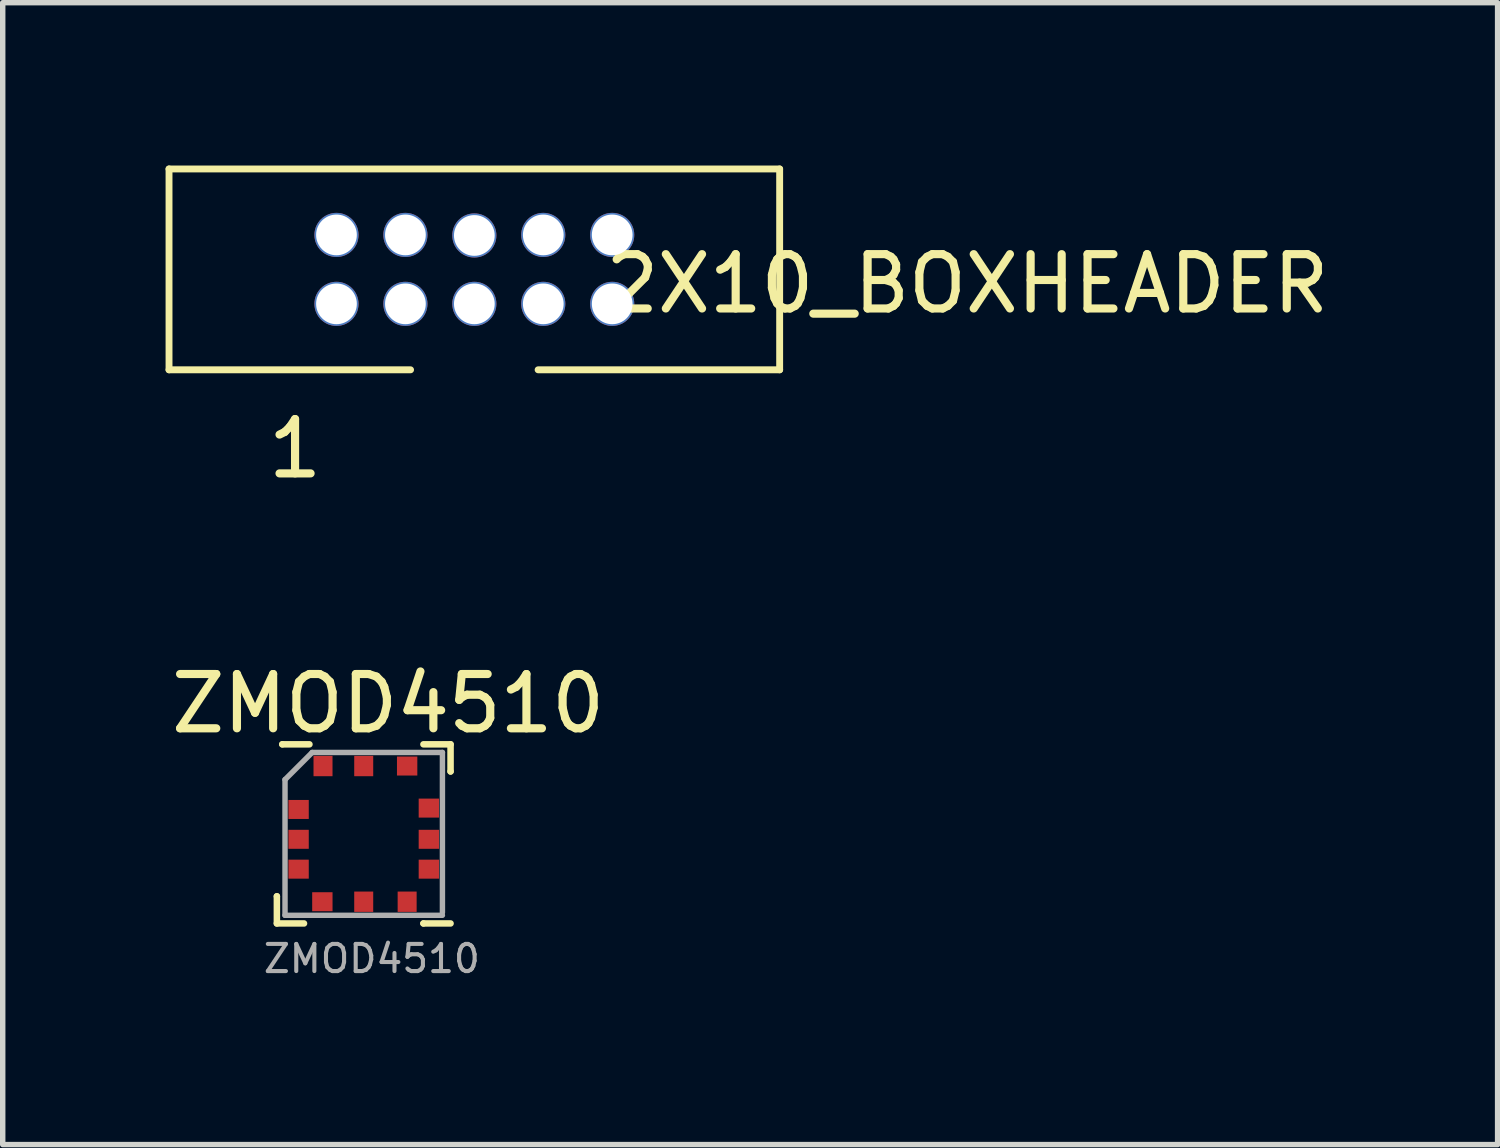
<source format=kicad_pcb>
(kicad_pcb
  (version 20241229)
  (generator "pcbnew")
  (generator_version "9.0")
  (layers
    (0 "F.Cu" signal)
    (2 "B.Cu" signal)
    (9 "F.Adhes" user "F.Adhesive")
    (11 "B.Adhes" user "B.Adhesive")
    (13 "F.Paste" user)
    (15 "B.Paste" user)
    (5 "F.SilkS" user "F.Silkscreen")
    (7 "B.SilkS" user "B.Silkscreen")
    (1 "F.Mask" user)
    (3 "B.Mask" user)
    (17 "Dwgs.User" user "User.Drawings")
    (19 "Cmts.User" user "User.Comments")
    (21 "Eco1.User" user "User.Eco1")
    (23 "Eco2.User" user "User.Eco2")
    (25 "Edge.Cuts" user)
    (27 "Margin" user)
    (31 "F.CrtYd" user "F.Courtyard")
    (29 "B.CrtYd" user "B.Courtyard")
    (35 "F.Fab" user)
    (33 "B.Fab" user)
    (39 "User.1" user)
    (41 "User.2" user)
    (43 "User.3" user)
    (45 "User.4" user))
  (footprint "ZMOD4510"
    (layer "F.Cu")
    (at 3.651 12.413)
    (property "Reference" "ZMOD4510" (at 0.45 -2.5 0) (layer "F.SilkS") (effects (font (size 1 1) (thickness 0.15))))
    (attr smd)
    (fp_line (start -1.6 1.05) (end -1.6 1.05) (stroke (width 0.12) (type solid)) (layer "F.SilkS"))
    (fp_line (start -1.6 1.55) (end -1.6 1.05) (stroke (width 0.12) (type solid)) (layer "F.SilkS"))
    (fp_line (start -1.5 -1.75) (end -1.5 -1.75) (stroke (width 0.12) (type solid)) (layer "F.SilkS"))
    (fp_line (start -1.1 1.55) (end -1.6 1.55) (stroke (width 0.12) (type solid)) (layer "F.SilkS"))
    (fp_line (start -1 -1.75) (end -1.5 -1.75) (stroke (width 0.12) (type solid)) (layer "F.SilkS"))
    (fp_line (start 1.1 -1.75) (end 1.6 -1.75) (stroke (width 0.12) (type solid)) (layer "F.SilkS"))
    (fp_line (start 1.1 1.55) (end 1.1 1.55) (stroke (width 0.12) (type solid)) (layer "F.SilkS"))
    (fp_line (start 1.6 -1.75) (end 1.6 -1.25) (stroke (width 0.12) (type solid)) (layer "F.SilkS"))
    (fp_line (start 1.6 -1.25) (end 1.6 -1.25) (stroke (width 0.12) (type solid)) (layer "F.SilkS"))
    (fp_line (start 1.6 1.55) (end 1.1 1.55) (stroke (width 0.12) (type solid)) (layer "F.SilkS"))
    (fp_line (start -1.45 -1.1) (end -0.95 -1.6) (stroke (width 0.1) (type solid)) (layer "F.Fab"))
    (fp_line (start -1.45 1.4) (end -1.45 -1.1) (stroke (width 0.1) (type solid)) (layer "F.Fab"))
    (fp_line (start -0.95 -1.6) (end 1.45 -1.6) (stroke (width 0.1) (type solid)) (layer "F.Fab"))
    (fp_line (start 1.45 -1.6) (end 1.45 1.35) (stroke (width 0.1) (type solid)) (layer "F.Fab"))
    (fp_line (start 1.45 1.4) (end -1.45 1.4) (stroke (width 0.1) (type solid)) (layer "F.Fab"))
    (fp_text user "ZMOD4510" (at 0.15 2.2 0) (layer "F.Fab") (effects (font (size 0.5 0.5) (thickness 0.075))))
    (pad "1" smd rect (at -1.2 -0.55) (size 0.375 0.35) (layers "F.Cu" "F.Mask" "F.Paste"))
    (pad "2" smd rect (at -1.2 0) (size 0.375 0.35) (layers "F.Cu" "F.Mask" "F.Paste"))
    (pad "3" smd rect (at -1.2 0.55) (size 0.375 0.35) (layers "F.Cu" "F.Mask" "F.Paste"))
    (pad "4" smd rect (at -0.762 1.15) (size 0.375 0.35) (layers "F.Cu" "F.Mask" "F.Paste"))
    (pad "5" smd rect (at 0 1.15 90) (size 0.375 0.35) (layers "F.Cu" "F.Mask" "F.Paste"))
    (pad "6" smd rect (at 0.8 1.15 90) (size 0.375 0.35) (layers "F.Cu" "F.Mask" "F.Paste"))
    (pad "7" smd rect (at 1.2 0.55) (size 0.375 0.35) (layers "F.Cu" "F.Mask" "F.Paste"))
    (pad "8" smd rect (at 1.2 0) (size 0.375 0.35) (layers "F.Cu" "F.Mask" "F.Paste"))
    (pad "9" smd rect (at 1.2 -0.575) (size 0.375 0.35) (layers "F.Cu" "F.Mask" "F.Paste"))
    (pad "10" smd rect (at 0.8 -1.35) (size 0.375 0.35) (layers "F.Cu" "F.Mask" "F.Paste"))
    (pad "11" smd rect (at 0 -1.35 90) (size 0.375 0.35) (layers "F.Cu" "F.Mask" "F.Paste"))
    (pad "12" smd rect (at -0.75 -1.35 90) (size 0.375 0.35) (layers "F.Cu" "F.Mask" "F.Paste")))
  (footprint "2X10_BOXHEADER"
    (layer "F.Cu")
    (at 5.689 1.913)
    (property "Reference" "2X10_BOXHEADER" (at 9.081 0.265 0) (layer "F.SilkS") (effects (font (size 1.001 1.001) (thickness 0.15))))
    (attr through_hole)
    (fp_line (start -5.625 -1.85) (end -5.625 1.85) (stroke (width 0.127) (type solid)) (layer "F.SilkS"))
    (fp_line (start -5.625 1.85) (end -1.175 1.85) (stroke (width 0.127) (type solid)) (layer "F.SilkS"))
    (fp_line (start 5.625 -1.85) (end -5.625 -1.85) (stroke (width 0.127) (type solid)) (layer "F.SilkS"))
    (fp_line (start 5.625 -1.85) (end 5.625 1.85) (stroke (width 0.127) (type solid)) (layer "F.SilkS"))
    (fp_line (start 5.625 1.85) (end 1.175 1.85) (stroke (width 0.127) (type solid)) (layer "F.SilkS"))
    (fp_text user "1" (at -3.303 3.303 0) (layer "F.SilkS") (effects (font (size 1.001 1.001) (thickness 0.15))))
    (pad "1" thru_hole circle (at -2.54 0.635) (size 0.813 0.813) (drill 0.75) (layers "*.Cu" "*.Mask"))
    (pad "2" thru_hole circle (at -2.54 -0.635) (size 0.813 0.813) (drill 0.75) (layers "*.Cu" "*.Mask"))
    (pad "3" thru_hole circle (at -1.27 0.635) (size 0.813 0.813) (drill 0.75) (layers "*.Cu" "*.Mask"))
    (pad "4" thru_hole circle (at -1.27 -0.635) (size 0.813 0.813) (drill 0.75) (layers "*.Cu" "*.Mask"))
    (pad "5" thru_hole circle (at 0 0.635) (size 0.813 0.813) (drill 0.75) (layers "*.Cu" "*.Mask"))
    (pad "6" thru_hole circle (at 0 -0.625) (size 0.813 0.813) (drill 0.75) (layers "*.Cu" "*.Mask"))
    (pad "7" thru_hole circle (at 1.27 0.635) (size 0.813 0.813) (drill 0.75) (layers "*.Cu" "*.Mask"))
    (pad "8" thru_hole circle (at 1.27 -0.635) (size 0.813 0.813) (drill 0.75) (layers "*.Cu" "*.Mask"))
    (pad "9" thru_hole circle (at 2.54 0.635) (size 0.813 0.813) (drill 0.75) (layers "*.Cu" "*.Mask"))
    (pad "10" thru_hole circle (at 2.54 -0.635) (size 0.813 0.813) (drill 0.75) (layers "*.Cu" "*.Mask")))
  (gr_rect
    (start -3 -3)
    (end 24.541 18.037)
    (stroke (width 0.1) (type default))
    (fill no)
    (layer "Edge.Cuts")))
</source>
